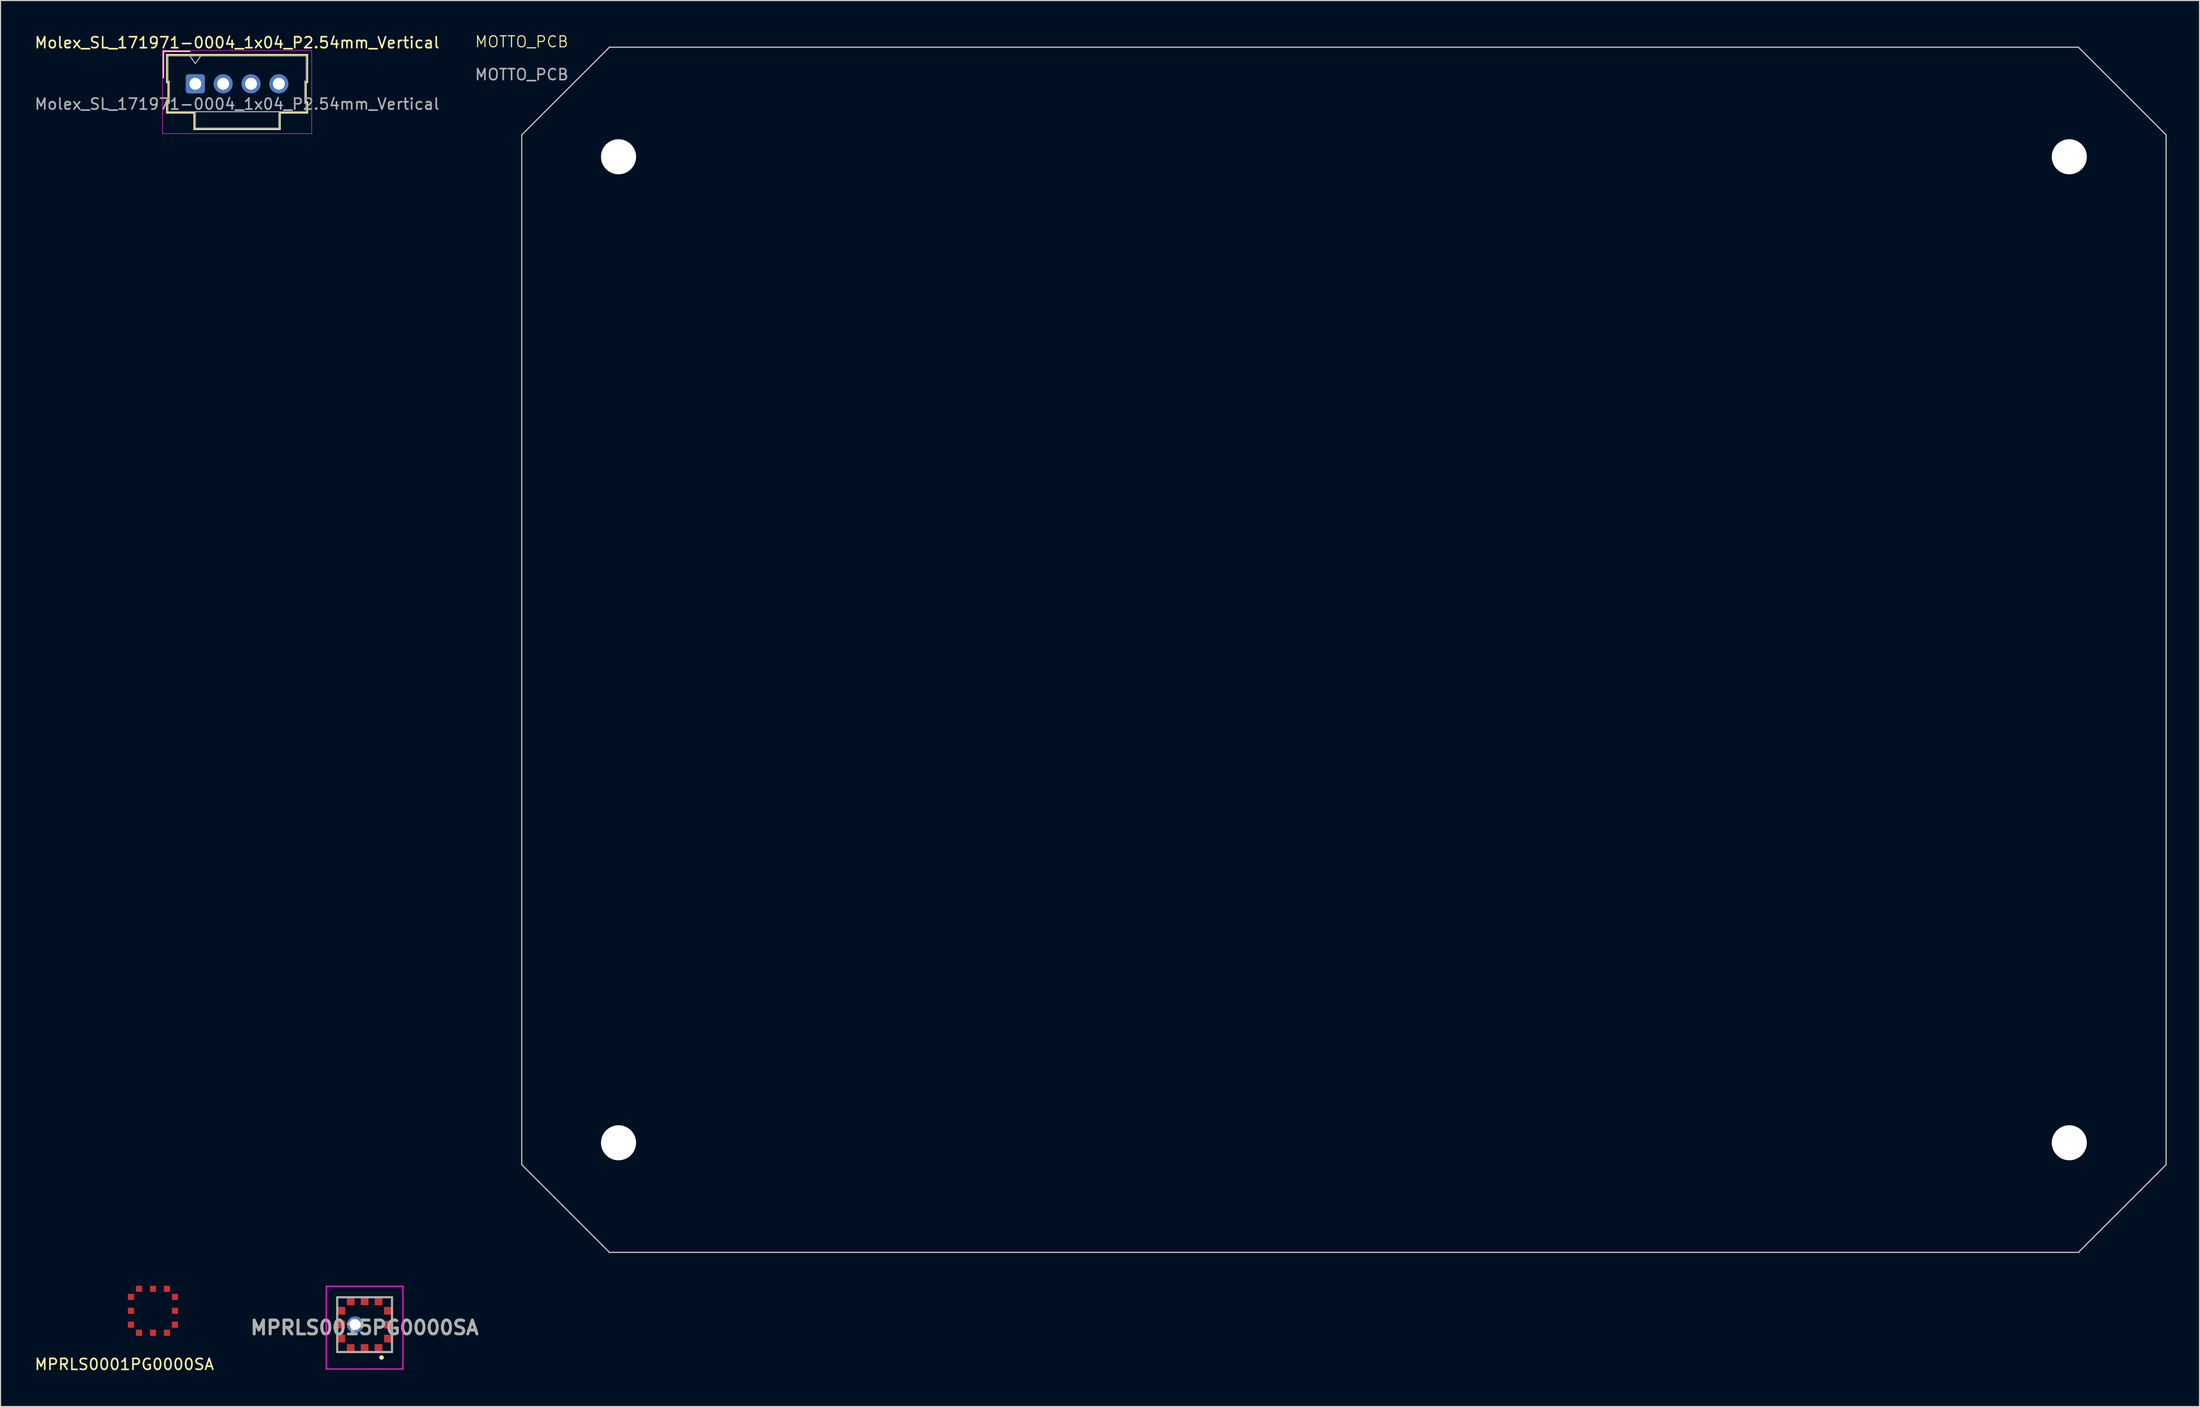
<source format=kicad_pcb>
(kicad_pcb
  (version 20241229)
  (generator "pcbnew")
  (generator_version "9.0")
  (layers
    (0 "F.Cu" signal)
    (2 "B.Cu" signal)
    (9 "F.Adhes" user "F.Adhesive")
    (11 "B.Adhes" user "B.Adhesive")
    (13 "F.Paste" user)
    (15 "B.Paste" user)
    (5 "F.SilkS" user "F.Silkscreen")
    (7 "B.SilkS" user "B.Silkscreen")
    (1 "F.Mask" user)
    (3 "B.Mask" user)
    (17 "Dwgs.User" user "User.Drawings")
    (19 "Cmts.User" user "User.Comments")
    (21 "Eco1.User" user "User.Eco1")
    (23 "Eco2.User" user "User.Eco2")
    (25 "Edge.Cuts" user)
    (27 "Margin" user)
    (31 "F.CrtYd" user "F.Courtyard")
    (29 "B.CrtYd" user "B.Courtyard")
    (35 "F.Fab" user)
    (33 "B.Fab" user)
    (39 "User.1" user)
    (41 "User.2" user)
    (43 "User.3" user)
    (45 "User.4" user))
  (footprint "MOTTO_PCB"
    (layer "F.Cu")
    (at 44.542 1.26)
    (property "Reference" "MOTTO_PCB" (at 0 -0.5 0) (unlocked yes) (layer "F.SilkS") (effects (font (size 1 1) (thickness 0.1))))
    (attr through_hole)
    (fp_line (start 0 8) (end 8 0) (stroke (width 0.1) (type default)) (layer "Edge.Cuts"))
    (fp_line (start 0 102) (end 0 8) (stroke (width 0.1) (type default)) (layer "Edge.Cuts"))
    (fp_line (start 8 0) (end 142 0) (stroke (width 0.1) (type default)) (layer "Edge.Cuts"))
    (fp_line (start 8 110) (end 0 102) (stroke (width 0.1) (type default)) (layer "Edge.Cuts"))
    (fp_line (start 142 0) (end 150 8) (stroke (width 0.1) (type default)) (layer "Edge.Cuts"))
    (fp_line (start 142 110) (end 8 110) (stroke (width 0.1) (type default)) (layer "Edge.Cuts"))
    (fp_line (start 142 110) (end 150 102) (stroke (width 0.1) (type default)) (layer "Edge.Cuts"))
    (fp_line (start 150 8) (end 150 102) (stroke (width 0.1) (type default)) (layer "Edge.Cuts"))
    (fp_text user "${REFERENCE}" (at 0 2.5 0) (unlocked yes) (layer "F.Fab") (effects (font (size 1 1) (thickness 0.15))))
    (pad "" np_thru_hole circle (at 8.83 10) (size 3.2 3.2) (drill 3.2) (layers "*.Cu" "*.Mask"))
    (pad "" np_thru_hole circle (at 8.83 100) (size 3.2 3.2) (drill 3.2) (layers "*.Cu" "*.Mask"))
    (pad "" np_thru_hole circle (at 141.17 10) (size 3.2 3.2) (drill 3.2) (layers "*.Cu" "*.Mask"))
    (pad "" np_thru_hole circle (at 141.17 100) (size 3.2 3.2) (drill 3.2) (layers "*.Cu" "*.Mask")))
  (footprint "MPRLS0015PG0000SA"
    (layer "F.Cu")
    (at 30.209 117.861)
    (property "Reference" "MPRLS0015PG0000SA" (at 0 0.275 0) (layer "F.SilkS") (effects (font (size 1.27 1.27) (thickness 0.254))))
    (attr through_hole)
    (fp_line (start 1.5 3) (end 1.5 3) (stroke (width 0.3) (type solid)) (layer "F.SilkS"))
    (fp_line (start 1.6 3) (end 1.6 3) (stroke (width 0.3) (type solid)) (layer "F.SilkS"))
    (fp_arc (start 1.5 3) (mid 1.55 2.95) (end 1.6 3) (stroke (width 0.3) (type solid)) (layer "F.SilkS"))
    (fp_arc (start 1.6 3) (mid 1.55 3.05) (end 1.5 3) (stroke (width 0.3) (type solid)) (layer "F.SilkS"))
    (fp_line (start -3.5 -3.5) (end 3.5 -3.5) (stroke (width 0.1) (type solid)) (layer "F.CrtYd"))
    (fp_line (start -3.5 4.05) (end -3.5 -3.5) (stroke (width 0.1) (type solid)) (layer "F.CrtYd"))
    (fp_line (start 3.5 -3.5) (end 3.5 4.05) (stroke (width 0.1) (type solid)) (layer "F.CrtYd"))
    (fp_line (start 3.5 4.05) (end -3.5 4.05) (stroke (width 0.1) (type solid)) (layer "F.CrtYd"))
    (fp_line (start -2.5 -2.5) (end 2.5 -2.5) (stroke (width 0.2) (type solid)) (layer "F.Fab"))
    (fp_line (start -2.5 2.5) (end -2.5 -2.5) (stroke (width 0.2) (type solid)) (layer "F.Fab"))
    (fp_line (start 2.5 -2.5) (end 2.5 2.5) (stroke (width 0.2) (type solid)) (layer "F.Fab"))
    (fp_line (start 2.5 2.5) (end -2.5 2.5) (stroke (width 0.2) (type solid)) (layer "F.Fab"))
    (fp_text user "${REFERENCE}" (at 0 0.275 0) (layer "F.Fab") (effects (font (size 1.27 1.27) (thickness 0.254))))
    (pad "1" smd rect (at 1.27 2.1 90) (size 0.65 0.7) (layers "F.Cu" "F.Mask" "F.Paste"))
    (pad "2" smd rect (at 0 2.1 90) (size 0.65 0.7) (layers "F.Cu" "F.Mask" "F.Paste"))
    (pad "3" smd rect (at -1.27 2.1 90) (size 0.65 0.7) (layers "F.Cu" "F.Mask" "F.Paste"))
    (pad "4" smd rect (at -2.1 1.27) (size 0.65 0.7) (layers "F.Cu" "F.Mask" "F.Paste"))
    (pad "5" smd rect (at -2.1 0) (size 0.65 0.7) (layers "F.Cu" "F.Mask" "F.Paste"))
    (pad "6" smd rect (at -2.1 -1.27) (size 0.65 0.7) (layers "F.Cu" "F.Mask" "F.Paste"))
    (pad "7" smd rect (at -1.27 -2.1 90) (size 0.65 0.7) (layers "F.Cu" "F.Mask" "F.Paste"))
    (pad "8" smd rect (at 0 -2.1 90) (size 0.65 0.7) (layers "F.Cu" "F.Mask" "F.Paste"))
    (pad "9" smd rect (at 1.27 -2.1 90) (size 0.65 0.7) (layers "F.Cu" "F.Mask" "F.Paste"))
    (pad "10" smd rect (at 2.1 -1.27) (size 0.65 0.7) (layers "F.Cu" "F.Mask" "F.Paste"))
    (pad "11" smd rect (at 2.1 0) (size 0.65 0.7) (layers "F.Cu" "F.Mask" "F.Paste"))
    (pad "12" smd rect (at 2.1 1.27) (size 0.65 0.7) (layers "F.Cu" "F.Mask" "F.Paste"))
    (pad "13" thru_hole circle (at -0.86 0) (size 1.5 1.5) (drill 1) (layers "*.Cu" "*.Mask")))
  (footprint "MPRLS0001PG0000SA"
    (layer "F.Cu")
    (at 10.902 116.597)
    (property "Reference" "MPRLS0001PG0000SA" (at -2.61 4.89 0) (layer "F.SilkS") (effects (font (size 1 1) (thickness 0.15))))
    (attr through_hole)
    (pad "1" smd rect (at 1.27 2.007) (size 0.559 0.559) (layers "F.Cu" "F.Mask" "F.Paste"))
    (pad "2" smd rect (at 0 2.007) (size 0.559 0.559) (layers "F.Cu" "F.Mask" "F.Paste"))
    (pad "3" smd rect (at -1.27 2.007) (size 0.559 0.559) (layers "F.Cu" "F.Mask" "F.Paste"))
    (pad "4" smd rect (at -2.007 1.27 90) (size 0.559 0.559) (layers "F.Cu" "F.Mask" "F.Paste"))
    (pad "5" smd rect (at -2.007 0 90) (size 0.559 0.559) (layers "F.Cu" "F.Mask" "F.Paste"))
    (pad "6" smd rect (at -2.007 -1.27 90) (size 0.559 0.559) (layers "F.Cu" "F.Mask" "F.Paste"))
    (pad "7" smd rect (at -1.27 -2.007) (size 0.559 0.559) (layers "F.Cu" "F.Mask" "F.Paste"))
    (pad "8" smd rect (at 0 -2.007) (size 0.559 0.559) (layers "F.Cu" "F.Mask" "F.Paste"))
    (pad "9" smd rect (at 1.27 -2.007) (size 0.559 0.559) (layers "F.Cu" "F.Mask" "F.Paste"))
    (pad "10" smd rect (at 2.007 -1.27 90) (size 0.559 0.559) (layers "F.Cu" "F.Mask" "F.Paste"))
    (pad "11" smd rect (at 2.007 0 90) (size 0.559 0.559) (layers "F.Cu" "F.Mask" "F.Paste"))
    (pad "12" smd rect (at 2.007 1.27 90) (size 0.559 0.559) (layers "F.Cu" "F.Mask" "F.Paste")))
  (footprint "Molex_SL_171971-0004_1x04_P2.54mm_Vertical"
    (layer "F.Cu")
    (at 14.767 4.598)
    (property "Reference" "Molex_SL_171971-0004_1x04_P2.54mm_Vertical" (at 3.81 -3.75 0) (layer "F.SilkS") (effects (font (size 1 1) (thickness 0.15))))
    (attr through_hole)
    (fp_line (start -2.91 -2.96) (end -0.5 -2.96) (stroke (width 0.12) (type solid)) (layer "F.SilkS"))
    (fp_line (start -2.91 -0.55) (end -2.91 -2.96) (stroke (width 0.12) (type solid)) (layer "F.SilkS"))
    (fp_line (start -2.61 -2.66) (end -2.61 -0.13) (stroke (width 0.12) (type solid)) (layer "F.SilkS"))
    (fp_line (start -2.61 -0.13) (end -2.48 -0.13) (stroke (width 0.12) (type solid)) (layer "F.SilkS"))
    (fp_line (start -2.61 1.68) (end -2.61 2.66) (stroke (width 0.12) (type solid)) (layer "F.SilkS"))
    (fp_line (start -2.61 2.66) (end -0.11 2.66) (stroke (width 0.12) (type solid)) (layer "F.SilkS"))
    (fp_line (start -2.48 -0.13) (end -2.48 1.68) (stroke (width 0.12) (type solid)) (layer "F.SilkS"))
    (fp_line (start -2.48 1.68) (end -2.61 1.68) (stroke (width 0.12) (type solid)) (layer "F.SilkS"))
    (fp_line (start -0.11 2.66) (end -0.11 4.16) (stroke (width 0.12) (type solid)) (layer "F.SilkS"))
    (fp_line (start -0.11 4.16) (end 7.73 4.16) (stroke (width 0.12) (type solid)) (layer "F.SilkS"))
    (fp_line (start 7.73 2.66) (end 10.23 2.66) (stroke (width 0.12) (type solid)) (layer "F.SilkS"))
    (fp_line (start 7.73 4.16) (end 7.73 2.66) (stroke (width 0.12) (type solid)) (layer "F.SilkS"))
    (fp_line (start 10.1 -0.13) (end 10.23 -0.13) (stroke (width 0.12) (type solid)) (layer "F.SilkS"))
    (fp_line (start 10.1 1.68) (end 10.1 -0.13) (stroke (width 0.12) (type solid)) (layer "F.SilkS"))
    (fp_line (start 10.23 -2.66) (end -2.61 -2.66) (stroke (width 0.12) (type solid)) (layer "F.SilkS"))
    (fp_line (start 10.23 -0.13) (end 10.23 -2.66) (stroke (width 0.12) (type solid)) (layer "F.SilkS"))
    (fp_line (start 10.23 1.68) (end 10.1 1.68) (stroke (width 0.12) (type solid)) (layer "F.SilkS"))
    (fp_line (start 10.23 2.66) (end 10.23 1.68) (stroke (width 0.12) (type solid)) (layer "F.SilkS"))
    (fp_line (start -3 -3.05) (end -3 4.55) (stroke (width 0.05) (type solid)) (layer "F.CrtYd"))
    (fp_line (start -3 4.55) (end 10.62 4.55) (stroke (width 0.05) (type solid)) (layer "F.CrtYd"))
    (fp_line (start 10.62 -3.05) (end -3 -3.05) (stroke (width 0.05) (type solid)) (layer "F.CrtYd"))
    (fp_line (start 10.62 4.55) (end 10.62 -3.05) (stroke (width 0.05) (type solid)) (layer "F.CrtYd"))
    (fp_line (start -2.5 -2.55) (end -2.5 -0.24) (stroke (width 0.1) (type solid)) (layer "F.Fab"))
    (fp_line (start -2.5 -0.24) (end -2.37 -0.24) (stroke (width 0.1) (type solid)) (layer "F.Fab"))
    (fp_line (start -2.5 1.79) (end -2.5 2.55) (stroke (width 0.1) (type solid)) (layer "F.Fab"))
    (fp_line (start -2.5 2.55) (end 10.12 2.55) (stroke (width 0.1) (type solid)) (layer "F.Fab"))
    (fp_line (start -2.37 -0.24) (end -2.37 1.79) (stroke (width 0.1) (type solid)) (layer "F.Fab"))
    (fp_line (start -2.37 1.79) (end -2.5 1.79) (stroke (width 0.1) (type solid)) (layer "F.Fab"))
    (fp_line (start 0 -1.843) (end -0.5 -2.55) (stroke (width 0.1) (type solid)) (layer "F.Fab"))
    (fp_line (start 0 2.55) (end 0 4.05) (stroke (width 0.1) (type solid)) (layer "F.Fab"))
    (fp_line (start 0 4.05) (end 7.62 4.05) (stroke (width 0.1) (type solid)) (layer "F.Fab"))
    (fp_line (start 0.5 -2.55) (end 0 -1.843) (stroke (width 0.1) (type solid)) (layer "F.Fab"))
    (fp_line (start 7.62 4.05) (end 7.62 2.55) (stroke (width 0.1) (type solid)) (layer "F.Fab"))
    (fp_line (start 9.99 -0.24) (end 10.12 -0.24) (stroke (width 0.1) (type solid)) (layer "F.Fab"))
    (fp_line (start 9.99 1.79) (end 9.99 -0.24) (stroke (width 0.1) (type solid)) (layer "F.Fab"))
    (fp_line (start 10.12 -2.55) (end -2.5 -2.55) (stroke (width 0.1) (type solid)) (layer "F.Fab"))
    (fp_line (start 10.12 -0.24) (end 10.12 -2.55) (stroke (width 0.1) (type solid)) (layer "F.Fab"))
    (fp_line (start 10.12 1.79) (end 9.99 1.79) (stroke (width 0.1) (type solid)) (layer "F.Fab"))
    (fp_line (start 10.12 2.55) (end 10.12 1.79) (stroke (width 0.1) (type solid)) (layer "F.Fab"))
    (fp_text user "${REFERENCE}" (at 3.81 1.85 0) (layer "F.Fab") (effects (font (size 1 1) (thickness 0.15))))
    (pad "1" thru_hole roundrect (at 0 0) (size 1.74 1.74) (drill 1.09) (layers "*.Cu" "*.Mask") (roundrect_rratio 0.144))
    (pad "2" thru_hole circle (at 2.54 0) (size 1.74 1.74) (drill 1.09) (layers "*.Cu" "*.Mask"))
    (pad "3" thru_hole circle (at 5.08 0) (size 1.74 1.74) (drill 1.09) (layers "*.Cu" "*.Mask"))
    (pad "4" thru_hole circle (at 7.62 0) (size 1.74 1.74) (drill 1.09) (layers "*.Cu" "*.Mask")))
  (gr_rect
    (start -3 -3)
    (end 197.592 125.335)
    (stroke (width 0.1) (type default))
    (fill no)
    (layer "Edge.Cuts")))
</source>
